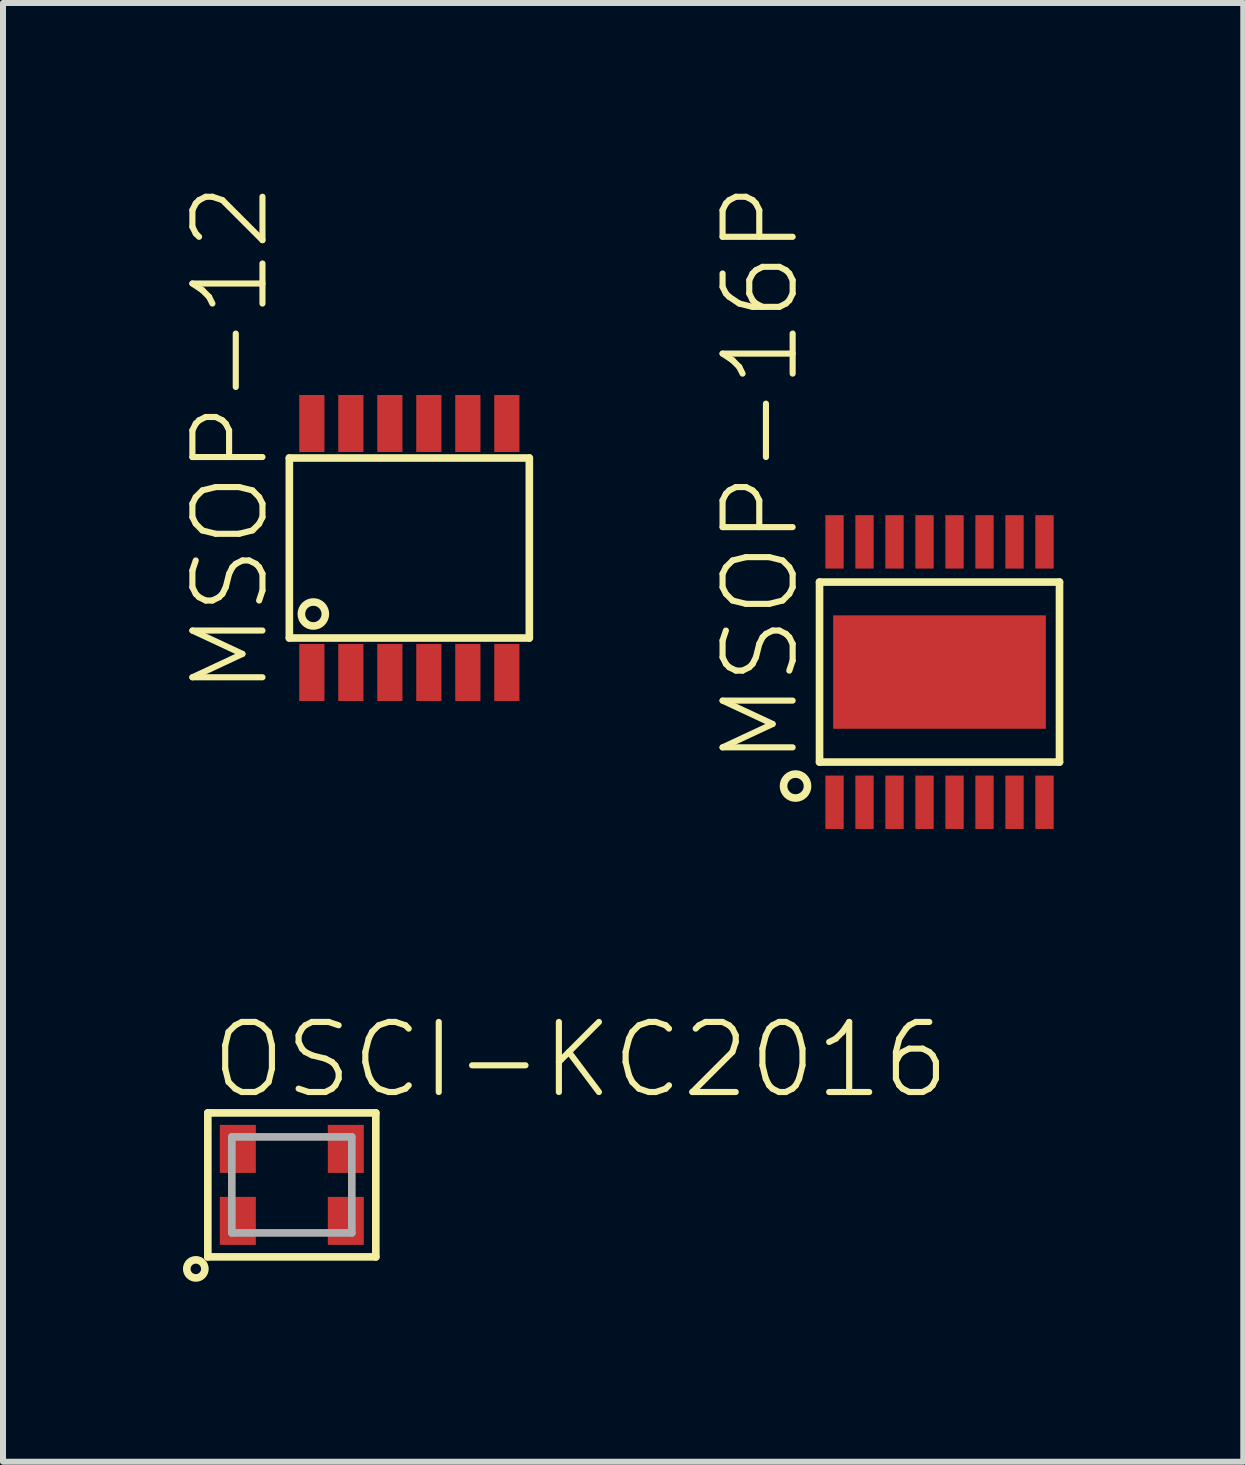
<source format=kicad_pcb>
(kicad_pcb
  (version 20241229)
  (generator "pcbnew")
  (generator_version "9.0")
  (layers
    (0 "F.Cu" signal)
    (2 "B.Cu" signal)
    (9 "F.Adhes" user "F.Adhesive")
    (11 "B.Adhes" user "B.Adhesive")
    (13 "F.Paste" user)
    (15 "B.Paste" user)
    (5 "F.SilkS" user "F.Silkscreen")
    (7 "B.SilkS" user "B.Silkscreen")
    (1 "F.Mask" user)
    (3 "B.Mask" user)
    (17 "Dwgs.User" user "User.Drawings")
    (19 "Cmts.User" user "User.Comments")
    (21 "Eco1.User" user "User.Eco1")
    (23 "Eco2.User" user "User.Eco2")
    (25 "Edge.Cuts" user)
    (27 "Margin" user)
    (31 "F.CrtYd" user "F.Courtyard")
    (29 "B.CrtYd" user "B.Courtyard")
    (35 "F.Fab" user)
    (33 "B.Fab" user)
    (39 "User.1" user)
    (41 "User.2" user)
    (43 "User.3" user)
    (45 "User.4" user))
  (footprint "OSCI-KC2016"
    (layer "F.Cu")
    (at 1.814 16.7)
    (property "Reference" "OSCI-KC2016" (at -1.4 -1.4 0) (unlocked yes) (layer "F.SilkS") (effects (font (size 1.168 1.168) (thickness 0.102)) (justify left bottom)))
    (fp_line (start -1.4 -1.2) (end 1.4 -1.2) (stroke (width 0.127) (type solid)) (layer "F.SilkS"))
    (fp_line (start -1.4 1.2) (end -1.4 -1.2) (stroke (width 0.127) (type solid)) (layer "F.SilkS"))
    (fp_line (start 1.4 -1.2) (end 1.4 1.2) (stroke (width 0.127) (type solid)) (layer "F.SilkS"))
    (fp_line (start 1.4 1.2) (end -1.4 1.2) (stroke (width 0.127) (type solid)) (layer "F.SilkS"))
    (fp_circle (center -1.6 1.4) (end -1.449 1.4) (stroke (width 0.127) (type solid)) (fill no) (layer "F.SilkS"))
    (fp_line (start -1 -0.8) (end -1 0.8) (stroke (width 0.127) (type solid)) (layer "F.Fab"))
    (fp_line (start -1 0.8) (end 1 0.8) (stroke (width 0.127) (type solid)) (layer "F.Fab"))
    (fp_line (start 1 -0.8) (end -1 -0.8) (stroke (width 0.127) (type solid)) (layer "F.Fab"))
    (fp_line (start 1 0.8) (end 1 -0.8) (stroke (width 0.127) (type solid)) (layer "F.Fab"))
    (pad "1" smd rect (at -0.9 0.6) (size 0.6 0.8) (layers "F.Cu" "F.Mask" "F.Paste"))
    (pad "2" smd rect (at 0.9 0.6) (size 0.6 0.8) (layers "F.Cu" "F.Mask" "F.Paste"))
    (pad "3" smd rect (at 0.9 -0.6) (size 0.6 0.8) (layers "F.Cu" "F.Mask" "F.Paste"))
    (pad "4" smd rect (at -0.9 -0.6) (size 0.6 0.8) (layers "F.Cu" "F.Mask" "F.Paste")))
  (footprint "MSOP-12"
    (layer "F.Cu")
    (at 3.773 6.084)
    (property "Reference" "MSOP-12" (at -2.3 2.5 90) (unlocked yes) (layer "F.SilkS") (effects (font (size 1.168 1.168) (thickness 0.102)) (justify left bottom)))
    (fp_poly (pts (xy -1.86 -1.58) (xy -1.39 -1.58) (xy -1.39 -2.57) (xy -1.86 -2.57)) (stroke (width 0) (type default)) (fill yes) (layer "F.Mask"))
    (fp_poly (pts (xy -1.86 2.57) (xy -1.39 2.57) (xy -1.39 1.58) (xy -1.86 1.58)) (stroke (width 0) (type default)) (fill yes) (layer "F.Mask"))
    (fp_poly (pts (xy -1.21 -1.58) (xy -0.74 -1.58) (xy -0.74 -2.57) (xy -1.21 -2.57)) (stroke (width 0) (type default)) (fill yes) (layer "F.Mask"))
    (fp_poly (pts (xy -1.21 2.57) (xy -0.74 2.57) (xy -0.74 1.58) (xy -1.21 1.58)) (stroke (width 0) (type default)) (fill yes) (layer "F.Mask"))
    (fp_poly (pts (xy -0.56 -1.58) (xy -0.09 -1.58) (xy -0.09 -2.57) (xy -0.56 -2.57)) (stroke (width 0) (type default)) (fill yes) (layer "F.Mask"))
    (fp_poly (pts (xy -0.56 2.57) (xy -0.09 2.57) (xy -0.09 1.58) (xy -0.56 1.58)) (stroke (width 0) (type default)) (fill yes) (layer "F.Mask"))
    (fp_poly (pts (xy 0.09 -1.58) (xy 0.56 -1.58) (xy 0.56 -2.57) (xy 0.09 -2.57)) (stroke (width 0) (type default)) (fill yes) (layer "F.Mask"))
    (fp_poly (pts (xy 0.09 2.57) (xy 0.56 2.57) (xy 0.56 1.58) (xy 0.09 1.58)) (stroke (width 0) (type default)) (fill yes) (layer "F.Mask"))
    (fp_poly (pts (xy 0.74 -1.58) (xy 1.21 -1.58) (xy 1.21 -2.57) (xy 0.74 -2.57)) (stroke (width 0) (type default)) (fill yes) (layer "F.Mask"))
    (fp_poly (pts (xy 0.74 2.57) (xy 1.21 2.57) (xy 1.21 1.58) (xy 0.74 1.58)) (stroke (width 0) (type default)) (fill yes) (layer "F.Mask"))
    (fp_poly (pts (xy 1.39 -1.58) (xy 1.86 -1.58) (xy 1.86 -2.57) (xy 1.39 -2.57)) (stroke (width 0) (type default)) (fill yes) (layer "F.Mask"))
    (fp_poly (pts (xy 1.39 2.57) (xy 1.86 2.57) (xy 1.86 1.58) (xy 1.39 1.58)) (stroke (width 0) (type default)) (fill yes) (layer "F.Mask"))
    (fp_line (start -2 -1.5) (end 2 -1.5) (stroke (width 0.127) (type solid)) (layer "F.SilkS"))
    (fp_line (start -2 1.5) (end -2 -1.5) (stroke (width 0.127) (type solid)) (layer "F.SilkS"))
    (fp_line (start 2 -1.5) (end 2 1.5) (stroke (width 0.127) (type solid)) (layer "F.SilkS"))
    (fp_line (start 2 1.5) (end -2 1.5) (stroke (width 0.127) (type solid)) (layer "F.SilkS"))
    (fp_circle (center -1.6 1.1) (end -1.4 1.1) (stroke (width 0.127) (type solid)) (fill no) (layer "F.SilkS"))
    (fp_poly (pts (xy -1.81 -1.62) (xy -1.44 -1.62) (xy -1.44 -2.53) (xy -1.81 -2.53)) (stroke (width 0) (type default)) (fill yes) (layer "F.Paste"))
    (fp_poly (pts (xy -1.81 2.53) (xy -1.44 2.53) (xy -1.44 1.62) (xy -1.81 1.62)) (stroke (width 0) (type default)) (fill yes) (layer "F.Paste"))
    (fp_poly (pts (xy -1.16 -1.62) (xy -0.79 -1.62) (xy -0.79 -2.53) (xy -1.16 -2.53)) (stroke (width 0) (type default)) (fill yes) (layer "F.Paste"))
    (fp_poly (pts (xy -1.16 2.53) (xy -0.79 2.53) (xy -0.79 1.62) (xy -1.16 1.62)) (stroke (width 0) (type default)) (fill yes) (layer "F.Paste"))
    (fp_poly (pts (xy -0.51 -1.62) (xy -0.14 -1.62) (xy -0.14 -2.53) (xy -0.51 -2.53)) (stroke (width 0) (type default)) (fill yes) (layer "F.Paste"))
    (fp_poly (pts (xy -0.51 2.53) (xy -0.14 2.53) (xy -0.14 1.62) (xy -0.51 1.62)) (stroke (width 0) (type default)) (fill yes) (layer "F.Paste"))
    (fp_poly (pts (xy 0.14 -1.62) (xy 0.51 -1.62) (xy 0.51 -2.53) (xy 0.14 -2.53)) (stroke (width 0) (type default)) (fill yes) (layer "F.Paste"))
    (fp_poly (pts (xy 0.14 2.53) (xy 0.51 2.53) (xy 0.51 1.62) (xy 0.14 1.62)) (stroke (width 0) (type default)) (fill yes) (layer "F.Paste"))
    (fp_poly (pts (xy 0.79 -1.62) (xy 1.16 -1.62) (xy 1.16 -2.53) (xy 0.79 -2.53)) (stroke (width 0) (type default)) (fill yes) (layer "F.Paste"))
    (fp_poly (pts (xy 0.79 2.53) (xy 1.16 2.53) (xy 1.16 1.62) (xy 0.79 1.62)) (stroke (width 0) (type default)) (fill yes) (layer "F.Paste"))
    (fp_poly (pts (xy 1.44 -1.62) (xy 1.81 -1.62) (xy 1.81 -2.53) (xy 1.44 -2.53)) (stroke (width 0) (type default)) (fill yes) (layer "F.Paste"))
    (fp_poly (pts (xy 1.44 2.53) (xy 1.81 2.53) (xy 1.81 1.62) (xy 1.44 1.62)) (stroke (width 0) (type default)) (fill yes) (layer "F.Paste"))
    (pad "1" smd rect (at -1.625 2.075 90) (size 0.95 0.42) (layers "F.Cu"))
    (pad "2" smd rect (at -0.975 2.075 90) (size 0.95 0.42) (layers "F.Cu"))
    (pad "3" smd rect (at -0.325 2.075 90) (size 0.95 0.42) (layers "F.Cu"))
    (pad "4" smd rect (at 0.325 2.075 90) (size 0.95 0.42) (layers "F.Cu"))
    (pad "5" smd rect (at 0.975 2.075 90) (size 0.95 0.42) (layers "F.Cu"))
    (pad "6" smd rect (at 1.625 2.075 90) (size 0.95 0.42) (layers "F.Cu"))
    (pad "7" smd rect (at 1.625 -2.075 90) (size 0.95 0.42) (layers "F.Cu"))
    (pad "8" smd rect (at 0.975 -2.075 90) (size 0.95 0.42) (layers "F.Cu"))
    (pad "9" smd rect (at 0.325 -2.075 90) (size 0.95 0.42) (layers "F.Cu"))
    (pad "10" smd rect (at -0.325 -2.075 90) (size 0.95 0.42) (layers "F.Cu"))
    (pad "11" smd rect (at -0.975 -2.075 90) (size 0.95 0.42) (layers "F.Cu"))
    (pad "12" smd rect (at -1.625 -2.075 90) (size 0.95 0.42) (layers "F.Cu")))
  (footprint "MSOP-16P"
    (layer "F.Cu")
    (at 12.61 8.152)
    (property "Reference" "MSOP-16P" (at -2.3 1.6 90) (unlocked yes) (layer "F.SilkS") (effects (font (size 1.168 1.168) (thickness 0.102)) (justify left bottom)))
    (fp_poly (pts (xy -1.95 -1.675) (xy -1.55 -1.675) (xy -1.55 -2.675) (xy -1.95 -2.675)) (stroke (width 0) (type default)) (fill yes) (layer "F.Mask"))
    (fp_poly (pts (xy -1.95 2.675) (xy -1.55 2.675) (xy -1.55 1.675) (xy -1.95 1.675)) (stroke (width 0) (type default)) (fill yes) (layer "F.Mask"))
    (fp_poly (pts (xy -1.825 1) (xy 1.825 1) (xy 1.825 -1) (xy -1.825 -1)) (stroke (width 0) (type default)) (fill yes) (layer "F.Mask"))
    (fp_poly (pts (xy -1.45 -1.675) (xy -1.05 -1.675) (xy -1.05 -2.675) (xy -1.45 -2.675)) (stroke (width 0) (type default)) (fill yes) (layer "F.Mask"))
    (fp_poly (pts (xy -1.45 2.675) (xy -1.05 2.675) (xy -1.05 1.675) (xy -1.45 1.675)) (stroke (width 0) (type default)) (fill yes) (layer "F.Mask"))
    (fp_poly (pts (xy -0.95 -1.675) (xy -0.55 -1.675) (xy -0.55 -2.675) (xy -0.95 -2.675)) (stroke (width 0) (type default)) (fill yes) (layer "F.Mask"))
    (fp_poly (pts (xy -0.95 2.675) (xy -0.55 2.675) (xy -0.55 1.675) (xy -0.95 1.675)) (stroke (width 0) (type default)) (fill yes) (layer "F.Mask"))
    (fp_poly (pts (xy -0.45 -1.675) (xy -0.05 -1.675) (xy -0.05 -2.675) (xy -0.45 -2.675)) (stroke (width 0) (type default)) (fill yes) (layer "F.Mask"))
    (fp_poly (pts (xy -0.45 2.675) (xy -0.05 2.675) (xy -0.05 1.675) (xy -0.45 1.675)) (stroke (width 0) (type default)) (fill yes) (layer "F.Mask"))
    (fp_poly (pts (xy 0.05 -1.675) (xy 0.45 -1.675) (xy 0.45 -2.675) (xy 0.05 -2.675)) (stroke (width 0) (type default)) (fill yes) (layer "F.Mask"))
    (fp_poly (pts (xy 0.05 2.675) (xy 0.45 2.675) (xy 0.45 1.675) (xy 0.05 1.675)) (stroke (width 0) (type default)) (fill yes) (layer "F.Mask"))
    (fp_poly (pts (xy 0.55 -1.675) (xy 0.95 -1.675) (xy 0.95 -2.675) (xy 0.55 -2.675)) (stroke (width 0) (type default)) (fill yes) (layer "F.Mask"))
    (fp_poly (pts (xy 0.55 2.675) (xy 0.95 2.675) (xy 0.95 1.675) (xy 0.55 1.675)) (stroke (width 0) (type default)) (fill yes) (layer "F.Mask"))
    (fp_poly (pts (xy 1.05 -1.675) (xy 1.45 -1.675) (xy 1.45 -2.675) (xy 1.05 -2.675)) (stroke (width 0) (type default)) (fill yes) (layer "F.Mask"))
    (fp_poly (pts (xy 1.05 2.675) (xy 1.45 2.675) (xy 1.45 1.675) (xy 1.05 1.675)) (stroke (width 0) (type default)) (fill yes) (layer "F.Mask"))
    (fp_poly (pts (xy 1.55 -1.675) (xy 1.95 -1.675) (xy 1.95 -2.675) (xy 1.55 -2.675)) (stroke (width 0) (type default)) (fill yes) (layer "F.Mask"))
    (fp_poly (pts (xy 1.55 2.675) (xy 1.95 2.675) (xy 1.95 1.675) (xy 1.55 1.675)) (stroke (width 0) (type default)) (fill yes) (layer "F.Mask"))
    (fp_line (start -2 -1.5) (end 2 -1.5) (stroke (width 0.127) (type solid)) (layer "F.SilkS"))
    (fp_line (start -2 1.5) (end -2 -1.5) (stroke (width 0.127) (type solid)) (layer "F.SilkS"))
    (fp_line (start 2 -1.5) (end 2 1.5) (stroke (width 0.127) (type solid)) (layer "F.SilkS"))
    (fp_line (start 2 1.5) (end -2 1.5) (stroke (width 0.127) (type solid)) (layer "F.SilkS"))
    (fp_circle (center -2.4 1.9) (end -2.2 1.9) (stroke (width 0.127) (type solid)) (fill no) (layer "F.SilkS"))
    (fp_poly (pts (xy -1.875 -1.75) (xy -1.625 -1.75) (xy -1.625 -2.6) (xy -1.875 -2.6)) (stroke (width 0) (type default)) (fill yes) (layer "F.Paste"))
    (fp_poly (pts (xy -1.875 2.6) (xy -1.625 2.6) (xy -1.625 1.75) (xy -1.875 1.75)) (stroke (width 0) (type default)) (fill yes) (layer "F.Paste"))
    (fp_poly (pts (xy -1.4 -0.1) (xy -0.1 -0.1) (xy -0.1 -0.8) (xy -1.4 -0.8)) (stroke (width 0) (type default)) (fill yes) (layer "F.Paste"))
    (fp_poly (pts (xy -1.4 0.8) (xy -0.1 0.8) (xy -0.1 0.1) (xy -1.4 0.1)) (stroke (width 0) (type default)) (fill yes) (layer "F.Paste"))
    (fp_poly (pts (xy -1.375 -1.75) (xy -1.125 -1.75) (xy -1.125 -2.6) (xy -1.375 -2.6)) (stroke (width 0) (type default)) (fill yes) (layer "F.Paste"))
    (fp_poly (pts (xy -1.375 2.6) (xy -1.125 2.6) (xy -1.125 1.75) (xy -1.375 1.75)) (stroke (width 0) (type default)) (fill yes) (layer "F.Paste"))
    (fp_poly (pts (xy -0.875 -1.75) (xy -0.625 -1.75) (xy -0.625 -2.6) (xy -0.875 -2.6)) (stroke (width 0) (type default)) (fill yes) (layer "F.Paste"))
    (fp_poly (pts (xy -0.875 2.6) (xy -0.625 2.6) (xy -0.625 1.75) (xy -0.875 1.75)) (stroke (width 0) (type default)) (fill yes) (layer "F.Paste"))
    (fp_poly (pts (xy -0.375 -1.75) (xy -0.125 -1.75) (xy -0.125 -2.6) (xy -0.375 -2.6)) (stroke (width 0) (type default)) (fill yes) (layer "F.Paste"))
    (fp_poly (pts (xy -0.375 2.6) (xy -0.125 2.6) (xy -0.125 1.75) (xy -0.375 1.75)) (stroke (width 0) (type default)) (fill yes) (layer "F.Paste"))
    (fp_poly (pts (xy 0.1 -0.1) (xy 1.4 -0.1) (xy 1.4 -0.8) (xy 0.1 -0.8)) (stroke (width 0) (type default)) (fill yes) (layer "F.Paste"))
    (fp_poly (pts (xy 0.1 0.8) (xy 1.4 0.8) (xy 1.4 0.1) (xy 0.1 0.1)) (stroke (width 0) (type default)) (fill yes) (layer "F.Paste"))
    (fp_poly (pts (xy 0.125 -1.75) (xy 0.375 -1.75) (xy 0.375 -2.6) (xy 0.125 -2.6)) (stroke (width 0) (type default)) (fill yes) (layer "F.Paste"))
    (fp_poly (pts (xy 0.125 2.6) (xy 0.375 2.6) (xy 0.375 1.75) (xy 0.125 1.75)) (stroke (width 0) (type default)) (fill yes) (layer "F.Paste"))
    (fp_poly (pts (xy 0.625 -1.75) (xy 0.875 -1.75) (xy 0.875 -2.6) (xy 0.625 -2.6)) (stroke (width 0) (type default)) (fill yes) (layer "F.Paste"))
    (fp_poly (pts (xy 0.625 2.6) (xy 0.875 2.6) (xy 0.875 1.75) (xy 0.625 1.75)) (stroke (width 0) (type default)) (fill yes) (layer "F.Paste"))
    (fp_poly (pts (xy 1.125 -1.75) (xy 1.375 -1.75) (xy 1.375 -2.6) (xy 1.125 -2.6)) (stroke (width 0) (type default)) (fill yes) (layer "F.Paste"))
    (fp_poly (pts (xy 1.125 2.6) (xy 1.375 2.6) (xy 1.375 1.75) (xy 1.125 1.75)) (stroke (width 0) (type default)) (fill yes) (layer "F.Paste"))
    (fp_poly (pts (xy 1.625 -1.75) (xy 1.875 -1.75) (xy 1.875 -2.6) (xy 1.625 -2.6)) (stroke (width 0) (type default)) (fill yes) (layer "F.Paste"))
    (fp_poly (pts (xy 1.625 2.6) (xy 1.875 2.6) (xy 1.875 1.75) (xy 1.625 1.75)) (stroke (width 0) (type default)) (fill yes) (layer "F.Paste"))
    (pad "1" smd rect (at -1.75 2.17) (size 0.305 0.89) (layers "F.Cu"))
    (pad "2" smd rect (at -1.25 2.17) (size 0.305 0.89) (layers "F.Cu"))
    (pad "3" smd rect (at -0.75 2.17) (size 0.305 0.89) (layers "F.Cu"))
    (pad "4" smd rect (at -0.25 2.17) (size 0.305 0.89) (layers "F.Cu"))
    (pad "5" smd rect (at 0.25 2.17) (size 0.305 0.89) (layers "F.Cu"))
    (pad "6" smd rect (at 0.75 2.17) (size 0.305 0.89) (layers "F.Cu"))
    (pad "7" smd rect (at 1.25 2.17) (size 0.305 0.89) (layers "F.Cu"))
    (pad "8" smd rect (at 1.75 2.17) (size 0.305 0.89) (layers "F.Cu"))
    (pad "9" smd rect (at 1.75 -2.17) (size 0.305 0.89) (layers "F.Cu"))
    (pad "10" smd rect (at 1.25 -2.17) (size 0.305 0.89) (layers "F.Cu"))
    (pad "11" smd rect (at 0.75 -2.17) (size 0.305 0.89) (layers "F.Cu"))
    (pad "12" smd rect (at 0.25 -2.17) (size 0.305 0.89) (layers "F.Cu"))
    (pad "13" smd rect (at -0.25 -2.17) (size 0.305 0.89) (layers "F.Cu"))
    (pad "14" smd rect (at -0.75 -2.17) (size 0.305 0.89) (layers "F.Cu"))
    (pad "15" smd rect (at -1.25 -2.17) (size 0.305 0.89) (layers "F.Cu"))
    (pad "16" smd rect (at -1.75 -2.17) (size 0.305 0.89) (layers "F.Cu"))
    (pad "PAD" smd rect (at 0 0) (size 3.545 1.891) (layers "F.Cu")))
  (gr_rect
    (start -3 -3)
    (end 17.673 21.314)
    (stroke (width 0.1) (type default))
    (fill no)
    (layer "Edge.Cuts")))
</source>
